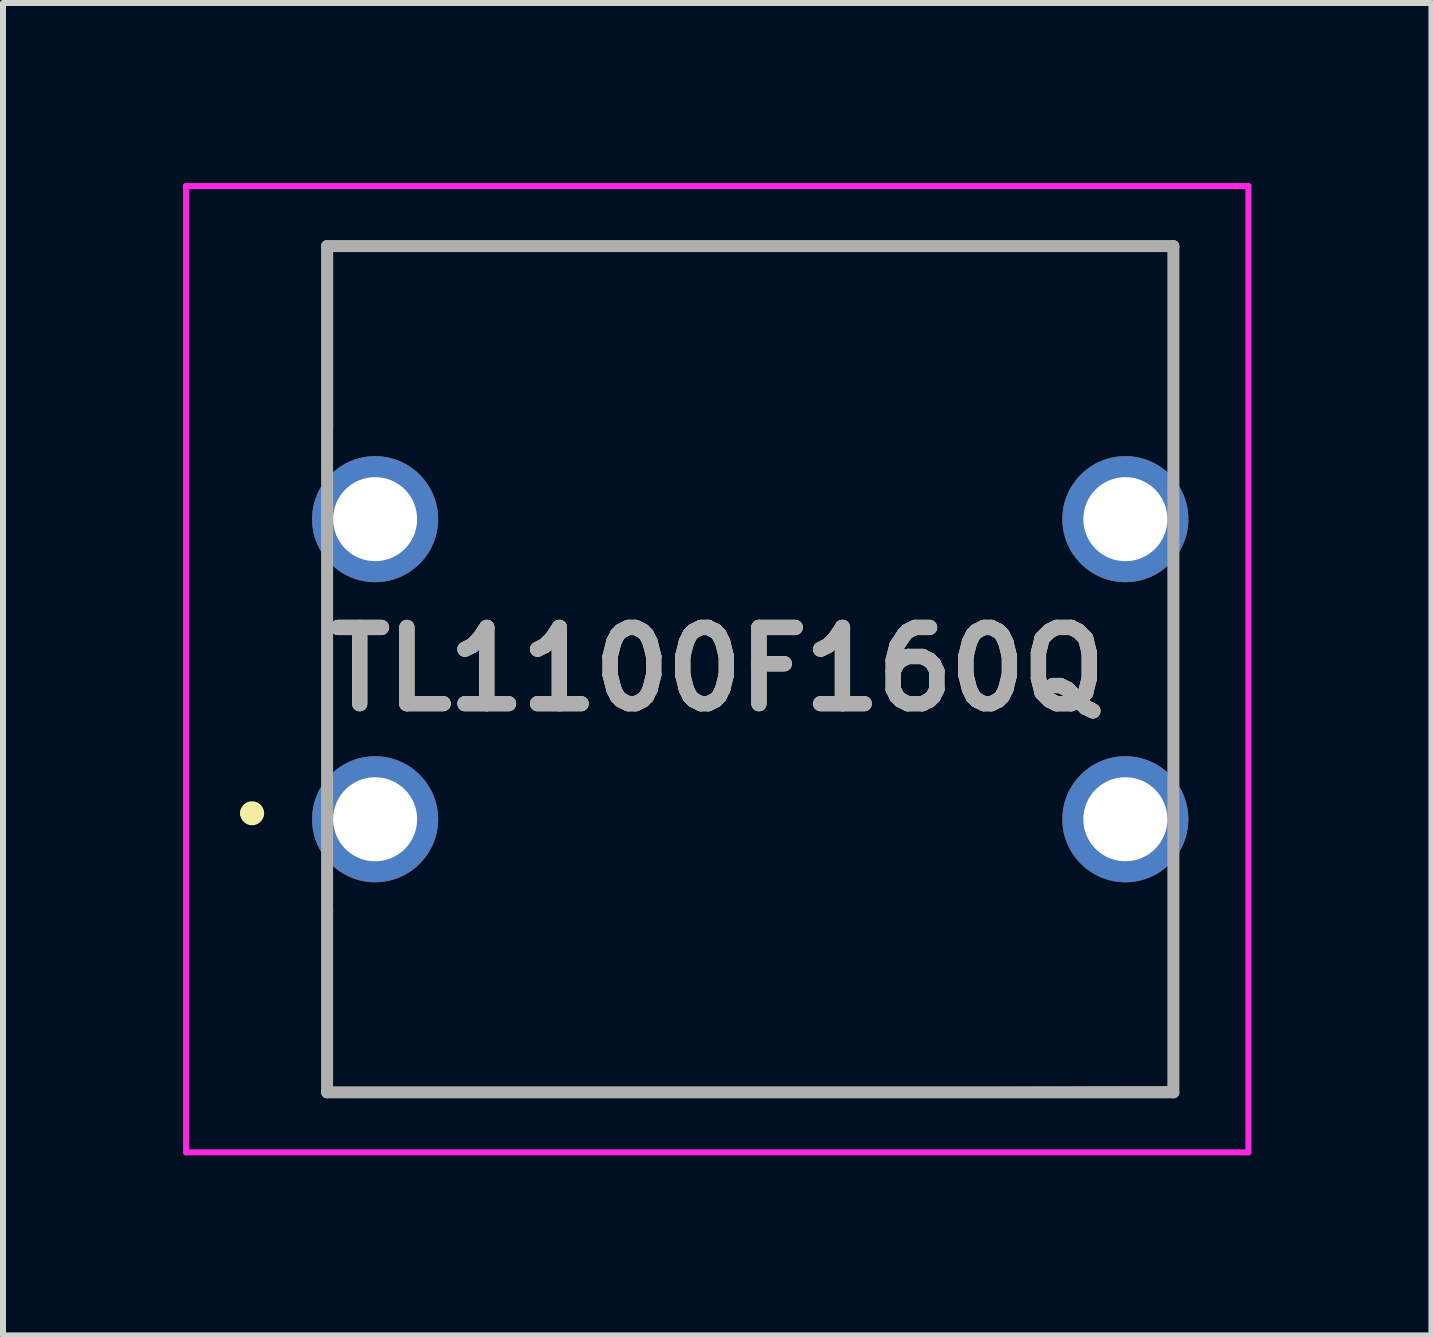
<source format=kicad_pcb>
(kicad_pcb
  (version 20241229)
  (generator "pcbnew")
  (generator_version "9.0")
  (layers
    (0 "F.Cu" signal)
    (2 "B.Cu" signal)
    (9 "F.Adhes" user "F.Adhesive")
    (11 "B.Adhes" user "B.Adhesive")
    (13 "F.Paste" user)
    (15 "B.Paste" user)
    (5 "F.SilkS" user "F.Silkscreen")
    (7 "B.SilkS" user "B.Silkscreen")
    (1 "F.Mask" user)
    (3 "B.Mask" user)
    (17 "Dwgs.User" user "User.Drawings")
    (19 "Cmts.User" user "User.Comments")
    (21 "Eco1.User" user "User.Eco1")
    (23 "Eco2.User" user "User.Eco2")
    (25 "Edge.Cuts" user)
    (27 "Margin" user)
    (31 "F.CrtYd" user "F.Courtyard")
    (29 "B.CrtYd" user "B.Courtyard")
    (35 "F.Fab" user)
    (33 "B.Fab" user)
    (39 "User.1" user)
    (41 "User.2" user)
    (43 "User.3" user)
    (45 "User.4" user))
  (footprint "TL1100F160Q"
    (layer "F.Cu")
    (at 3.2 10.6)
    (property "Reference" "TL1100F160Q" (at 5.7 -2.5 0) (layer "F.SilkS") (effects (font (size 1.27 1.27) (thickness 0.254))))
    (attr through_hole)
    (fp_line (start -2.15 -0.1) (end -2.15 -0.1) (stroke (width 0.2) (type solid)) (layer "F.SilkS"))
    (fp_line (start -1.95 -0.1) (end -1.95 -0.1) (stroke (width 0.2) (type solid)) (layer "F.SilkS"))
    (fp_line (start -0.8 4.55) (end 13.3 4.5) (stroke (width 0.1) (type solid)) (layer "F.SilkS"))
    (fp_line (start -0.75 -9.55) (end 13.3 -9.55) (stroke (width 0.1) (type solid)) (layer "F.SilkS"))
    (fp_line (start -0.75 -6.5) (end -0.75 -9.55) (stroke (width 0.1) (type solid)) (layer "F.SilkS"))
    (fp_line (start -0.75 1.5) (end -0.8 4.55) (stroke (width 0.1) (type solid)) (layer "F.SilkS"))
    (fp_line (start 13.3 -9.55) (end 13.3 -6.5) (stroke (width 0.1) (type solid)) (layer "F.SilkS"))
    (fp_line (start 13.3 4.5) (end 13.3 1.5) (stroke (width 0.1) (type solid)) (layer "F.SilkS"))
    (fp_arc (start -2.15 -0.1) (mid -2.05 -0.2) (end -1.95 -0.1) (stroke (width 0.2) (type solid)) (layer "F.SilkS"))
    (fp_arc (start -1.95 -0.1) (mid -2.05 0) (end -2.15 -0.1) (stroke (width 0.2) (type solid)) (layer "F.SilkS"))
    (fp_line (start -3.15 -10.55) (end 14.55 -10.55) (stroke (width 0.1) (type solid)) (layer "F.CrtYd"))
    (fp_line (start -3.15 5.55) (end -3.15 -10.55) (stroke (width 0.1) (type solid)) (layer "F.CrtYd"))
    (fp_line (start 14.55 -10.55) (end 14.55 5.55) (stroke (width 0.1) (type solid)) (layer "F.CrtYd"))
    (fp_line (start 14.55 5.55) (end -3.15 5.55) (stroke (width 0.1) (type solid)) (layer "F.CrtYd"))
    (fp_line (start -0.8 -9.55) (end 13.3 -9.55) (stroke (width 0.2) (type solid)) (layer "F.Fab"))
    (fp_line (start -0.8 4.55) (end -0.8 -9.55) (stroke (width 0.2) (type solid)) (layer "F.Fab"))
    (fp_line (start 13.3 -9.55) (end 13.3 4.55) (stroke (width 0.2) (type solid)) (layer "F.Fab"))
    (fp_line (start 13.3 4.55) (end -0.8 4.55) (stroke (width 0.2) (type solid)) (layer "F.Fab"))
    (fp_text user "${REFERENCE}" (at 5.7 -2.5 0) (layer "F.Fab") (effects (font (size 1.27 1.27) (thickness 0.254))))
    (pad "1" thru_hole circle (at 0 0) (size 2.1 2.1) (drill 1.4) (layers "*.Cu" "*.Mask"))
    (pad "2" thru_hole circle (at 12.5 0) (size 2.1 2.1) (drill 1.4) (layers "*.Cu" "*.Mask"))
    (pad "3" thru_hole circle (at 0 -5) (size 2.1 2.1) (drill 1.4) (layers "*.Cu" "*.Mask"))
    (pad "4" thru_hole circle (at 12.5 -5) (size 2.1 2.1) (drill 1.4) (layers "*.Cu" "*.Mask")))
  (gr_rect
    (start -3 -3)
    (end 20.8 19.2)
    (stroke (width 0.1) (type default))
    (fill no)
    (layer "Edge.Cuts")))
</source>
